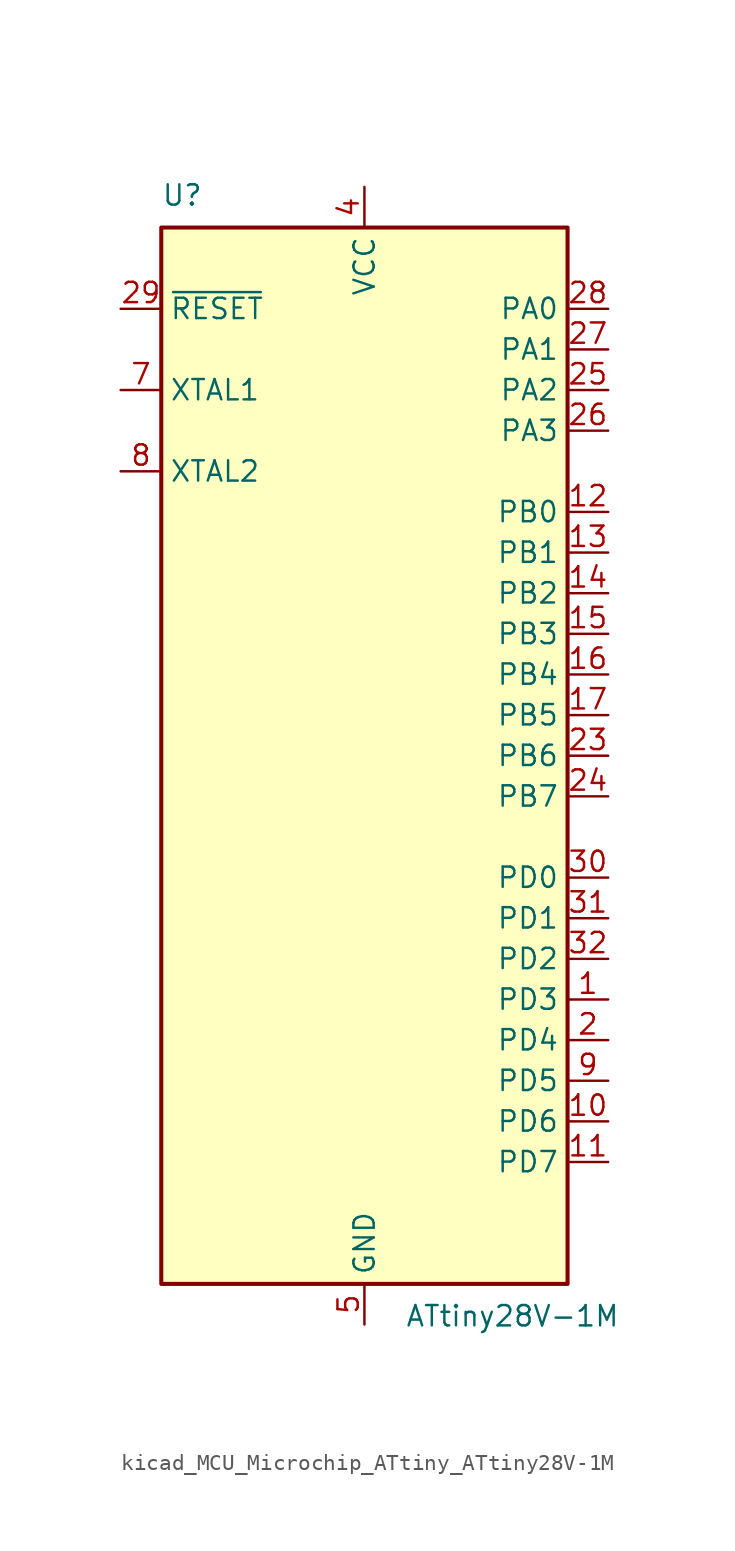
<source format=kicad_sym>
(kicad_symbol_lib
  (version 20220914)
  (generator kicad_symbol_editor)
  (symbol "kicad_MCU_Microchip_ATtiny_ATtiny28V-1M"
    (property "Reference" "U"
      (at -12.7 34.29 0)
      (effects (font (size 1.27 1.27)) (justify left bottom)))
    (property "Value" "ATtiny28V-1M"
      (at 2.54 -34.29 0)
      (effects (font (size 1.27 1.27)) (justify left top)))
    (symbol "kicad_MCU_Microchip_ATtiny_ATtiny28V-1M_0_1"
      (rectangle (start -12.7 -33.02) (end 12.7 33.02) (stroke (width 0.254) (type default)) (fill (type background))))
    (symbol "kicad_MCU_Microchip_ATtiny_ATtiny28V-1M_1_1"
      (pin bidirectional line (at 15.24 -15.24 180) (length 2.54) (name "PD3" (effects (font (size 1.27 1.27)))) (number "1" (effects (font (size 1.27 1.27)))))
      (pin bidirectional line (at 15.24 -22.86 180) (length 2.54) (name "PD6" (effects (font (size 1.27 1.27)))) (number "10" (effects (font (size 1.27 1.27)))))
      (pin bidirectional line (at 15.24 -25.4 180) (length 2.54) (name "PD7" (effects (font (size 1.27 1.27)))) (number "11" (effects (font (size 1.27 1.27)))))
      (pin bidirectional line (at 15.24 15.24 180) (length 2.54) (name "PB0" (effects (font (size 1.27 1.27)))) (number "12" (effects (font (size 1.27 1.27)))))
      (pin bidirectional line (at 15.24 12.7 180) (length 2.54) (name "PB1" (effects (font (size 1.27 1.27)))) (number "13" (effects (font (size 1.27 1.27)))))
      (pin bidirectional line (at 15.24 10.16 180) (length 2.54) (name "PB2" (effects (font (size 1.27 1.27)))) (number "14" (effects (font (size 1.27 1.27)))))
      (pin bidirectional line (at 15.24 7.62 180) (length 2.54) (name "PB3" (effects (font (size 1.27 1.27)))) (number "15" (effects (font (size 1.27 1.27)))))
      (pin bidirectional line (at 15.24 5.08 180) (length 2.54) (name "PB4" (effects (font (size 1.27 1.27)))) (number "16" (effects (font (size 1.27 1.27)))))
      (pin bidirectional line (at 15.24 2.54 180) (length 2.54) (name "PB5" (effects (font (size 1.27 1.27)))) (number "17" (effects (font (size 1.27 1.27)))))
      (pin passive line (at 0 35.56 270) (length 2.54) hide (name "VCC" (effects (font (size 1.27 1.27)))) (number "18" (effects (font (size 1.27 1.27)))))
      (pin no_connect line (at -12.7 -25.4 0) (length 2.54) hide (name "NC" (effects (font (size 1.27 1.27)))) (number "19" (effects (font (size 1.27 1.27)))))
      (pin bidirectional line (at 15.24 -17.78 180) (length 2.54) (name "PD4" (effects (font (size 1.27 1.27)))) (number "2" (effects (font (size 1.27 1.27)))))
      (pin no_connect line (at -12.7 -27.94 0) (length 2.54) hide (name "NC" (effects (font (size 1.27 1.27)))) (number "20" (effects (font (size 1.27 1.27)))))
      (pin passive line (at 0 -35.56 90) (length 2.54) hide (name "GND" (effects (font (size 1.27 1.27)))) (number "21" (effects (font (size 1.27 1.27)))))
      (pin no_connect line (at -12.7 -30.48 0) (length 2.54) hide (name "NC" (effects (font (size 1.27 1.27)))) (number "22" (effects (font (size 1.27 1.27)))))
      (pin bidirectional line (at 15.24 0 180) (length 2.54) (name "PB6" (effects (font (size 1.27 1.27)))) (number "23" (effects (font (size 1.27 1.27)))))
      (pin bidirectional line (at 15.24 -2.54 180) (length 2.54) (name "PB7" (effects (font (size 1.27 1.27)))) (number "24" (effects (font (size 1.27 1.27)))))
      (pin bidirectional line (at 15.24 22.86 180) (length 2.54) (name "PA2" (effects (font (size 1.27 1.27)))) (number "25" (effects (font (size 1.27 1.27)))))
      (pin bidirectional line (at 15.24 20.32 180) (length 2.54) (name "PA3" (effects (font (size 1.27 1.27)))) (number "26" (effects (font (size 1.27 1.27)))))
      (pin bidirectional line (at 15.24 25.4 180) (length 2.54) (name "PA1" (effects (font (size 1.27 1.27)))) (number "27" (effects (font (size 1.27 1.27)))))
      (pin bidirectional line (at 15.24 27.94 180) (length 2.54) (name "PA0" (effects (font (size 1.27 1.27)))) (number "28" (effects (font (size 1.27 1.27)))))
      (pin input line (at -15.24 27.94 0) (length 2.54) (name "~{RESET}" (effects (font (size 1.27 1.27)))) (number "29" (effects (font (size 1.27 1.27)))))
      (pin no_connect line (at -12.7 -20.32 0) (length 2.54) hide (name "NC" (effects (font (size 1.27 1.27)))) (number "3" (effects (font (size 1.27 1.27)))))
      (pin bidirectional line (at 15.24 -7.62 180) (length 2.54) (name "PD0" (effects (font (size 1.27 1.27)))) (number "30" (effects (font (size 1.27 1.27)))))
      (pin bidirectional line (at 15.24 -10.16 180) (length 2.54) (name "PD1" (effects (font (size 1.27 1.27)))) (number "31" (effects (font (size 1.27 1.27)))))
      (pin bidirectional line (at 15.24 -12.7 180) (length 2.54) (name "PD2" (effects (font (size 1.27 1.27)))) (number "32" (effects (font (size 1.27 1.27)))))
      (pin passive line (at 0 -35.56 90) (length 2.54) hide (name "GND" (effects (font (size 1.27 1.27)))) (number "33" (effects (font (size 1.27 1.27)))))
      (pin power_in line (at 0 35.56 270) (length 2.54) (name "VCC" (effects (font (size 1.27 1.27)))) (number "4" (effects (font (size 1.27 1.27)))))
      (pin power_in line (at 0 -35.56 90) (length 2.54) (name "GND" (effects (font (size 1.27 1.27)))) (number "5" (effects (font (size 1.27 1.27)))))
      (pin no_connect line (at -12.7 -22.86 0) (length 2.54) hide (name "NC" (effects (font (size 1.27 1.27)))) (number "6" (effects (font (size 1.27 1.27)))))
      (pin input line (at -15.24 22.86 0) (length 2.54) (name "XTAL1" (effects (font (size 1.27 1.27)))) (number "7" (effects (font (size 1.27 1.27)))))
      (pin output line (at -15.24 17.78 0) (length 2.54) (name "XTAL2" (effects (font (size 1.27 1.27)))) (number "8" (effects (font (size 1.27 1.27)))))
      (pin bidirectional line (at 15.24 -20.32 180) (length 2.54) (name "PD5" (effects (font (size 1.27 1.27)))) (number "9" (effects (font (size 1.27 1.27))))))))
</source>
